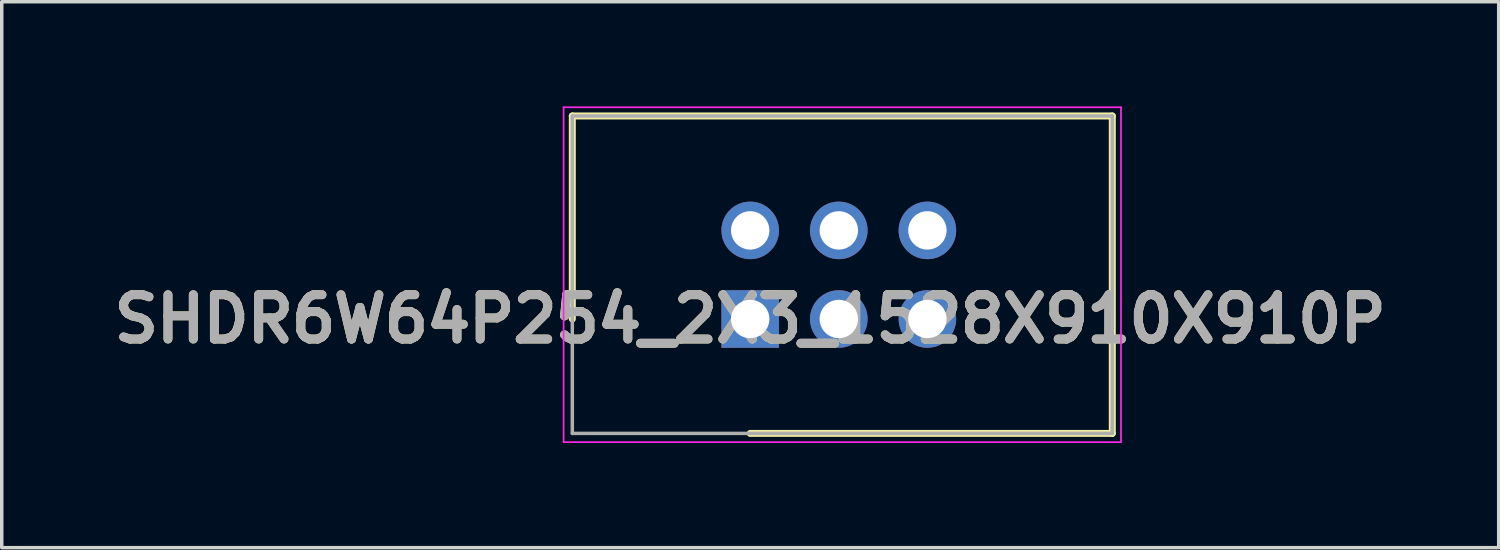
<source format=kicad_pcb>
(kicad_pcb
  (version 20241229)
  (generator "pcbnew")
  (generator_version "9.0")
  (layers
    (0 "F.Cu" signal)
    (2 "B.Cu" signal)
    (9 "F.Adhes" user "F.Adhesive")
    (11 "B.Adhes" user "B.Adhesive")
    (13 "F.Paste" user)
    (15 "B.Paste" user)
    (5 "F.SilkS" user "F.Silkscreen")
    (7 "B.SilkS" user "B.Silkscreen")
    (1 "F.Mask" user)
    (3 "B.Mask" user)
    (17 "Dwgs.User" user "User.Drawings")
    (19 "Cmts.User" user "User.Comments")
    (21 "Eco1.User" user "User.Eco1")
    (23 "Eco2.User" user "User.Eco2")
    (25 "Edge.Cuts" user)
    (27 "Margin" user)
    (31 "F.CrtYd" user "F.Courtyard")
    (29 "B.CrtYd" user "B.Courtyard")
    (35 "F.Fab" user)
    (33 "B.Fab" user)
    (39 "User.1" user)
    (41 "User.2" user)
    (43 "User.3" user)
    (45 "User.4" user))
  (footprint "SHDR6W64P254_2X3_1528X910X910P"
    (layer "F.Cu")
    (at 18.457 6.095)
    (property "Reference" "SHDR6W64P254_2X3_1528X910X910P" (at 0 0 0) (layer "F.SilkS") (effects (font (size 1.27 1.27) (thickness 0.254))))
    (attr through_hole)
    (fp_line (start -5.1 -5.82) (end -5.1 0) (stroke (width 0.2) (type solid)) (layer "F.SilkS"))
    (fp_line (start 0 3.28) (end 10.38 3.28) (stroke (width 0.2) (type solid)) (layer "F.SilkS"))
    (fp_line (start 10.38 -5.82) (end -5.1 -5.82) (stroke (width 0.2) (type solid)) (layer "F.SilkS"))
    (fp_line (start 10.38 3.28) (end 10.38 -5.82) (stroke (width 0.2) (type solid)) (layer "F.SilkS"))
    (fp_line (start -5.35 -6.07) (end 10.63 -6.07) (stroke (width 0.05) (type solid)) (layer "F.CrtYd"))
    (fp_line (start -5.35 3.53) (end -5.35 -6.07) (stroke (width 0.05) (type solid)) (layer "F.CrtYd"))
    (fp_line (start 10.63 -6.07) (end 10.63 3.53) (stroke (width 0.05) (type solid)) (layer "F.CrtYd"))
    (fp_line (start 10.63 3.53) (end -5.35 3.53) (stroke (width 0.05) (type solid)) (layer "F.CrtYd"))
    (fp_line (start -5.1 -5.82) (end 10.38 -5.82) (stroke (width 0.1) (type solid)) (layer "F.Fab"))
    (fp_line (start -5.1 3.28) (end -5.1 -5.82) (stroke (width 0.1) (type solid)) (layer "F.Fab"))
    (fp_line (start 10.38 -5.82) (end 10.38 3.28) (stroke (width 0.1) (type solid)) (layer "F.Fab"))
    (fp_line (start 10.38 3.28) (end -5.1 3.28) (stroke (width 0.1) (type solid)) (layer "F.Fab"))
    (fp_text user "${REFERENCE}" (at 0 0 0) (layer "F.Fab") (effects (font (size 1.27 1.27) (thickness 0.254))))
    (pad "1" thru_hole rect (at 0 0) (size 1.65 1.65) (drill 1.1) (layers "*.Cu" "*.Mask"))
    (pad "2" thru_hole circle (at 0 -2.54) (size 1.65 1.65) (drill 1.1) (layers "*.Cu" "*.Mask"))
    (pad "3" thru_hole circle (at 2.54 0) (size 1.65 1.65) (drill 1.1) (layers "*.Cu" "*.Mask"))
    (pad "4" thru_hole circle (at 2.54 -2.54) (size 1.65 1.65) (drill 1.1) (layers "*.Cu" "*.Mask"))
    (pad "5" thru_hole circle (at 5.08 0) (size 1.65 1.65) (drill 1.1) (layers "*.Cu" "*.Mask"))
    (pad "6" thru_hole circle (at 5.08 -2.54) (size 1.65 1.65) (drill 1.1) (layers "*.Cu" "*.Mask")))
  (gr_rect
    (start -3 -3)
    (end 39.915 12.65)
    (stroke (width 0.1) (type default))
    (fill no)
    (layer "Edge.Cuts")))
</source>
